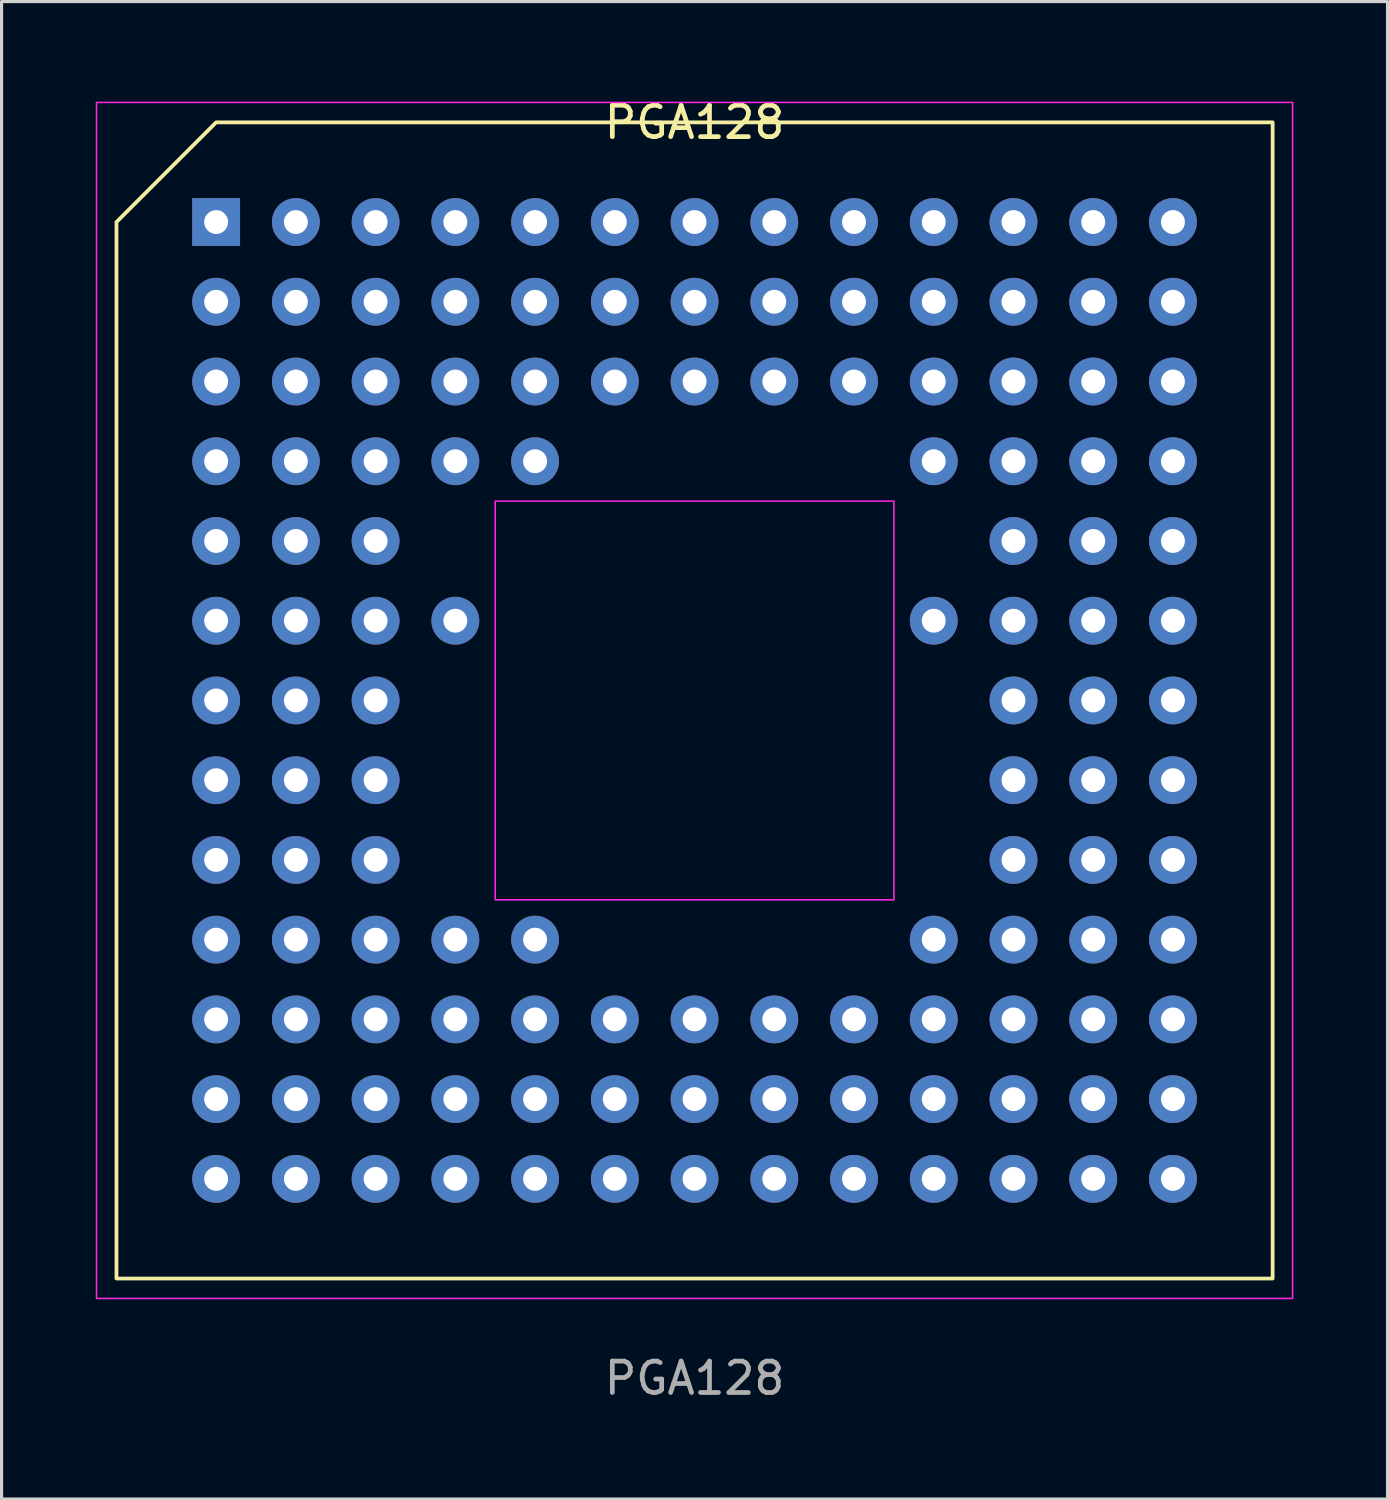
<source format=kicad_pcb>
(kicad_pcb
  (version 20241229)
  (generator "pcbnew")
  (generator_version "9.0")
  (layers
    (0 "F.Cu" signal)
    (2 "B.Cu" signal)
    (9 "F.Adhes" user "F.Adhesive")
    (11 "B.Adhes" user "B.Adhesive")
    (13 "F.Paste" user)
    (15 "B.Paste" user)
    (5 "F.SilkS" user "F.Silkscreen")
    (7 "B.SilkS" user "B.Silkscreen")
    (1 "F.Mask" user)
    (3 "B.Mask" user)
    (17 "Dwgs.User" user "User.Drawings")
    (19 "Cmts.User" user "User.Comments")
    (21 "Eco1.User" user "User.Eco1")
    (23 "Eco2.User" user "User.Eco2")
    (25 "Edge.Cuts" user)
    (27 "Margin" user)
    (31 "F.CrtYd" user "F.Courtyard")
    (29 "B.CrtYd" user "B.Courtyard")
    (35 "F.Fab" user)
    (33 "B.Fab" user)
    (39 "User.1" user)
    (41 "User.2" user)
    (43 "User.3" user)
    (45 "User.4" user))
  (footprint "PGA128"
    (layer "F.Cu")
    (at 19.075 19.263)
    (property "Reference" "PGA128" (at 0 -18.415 0) (unlocked yes) (layer "F.SilkS") (effects (font (size 1 1) (thickness 0.15))))
    (attr through_hole)
    (fp_poly (pts (xy 18.415 -18.415) (xy 18.415 18.415) (xy -18.415 18.415) (xy -18.415 -15.24) (xy -15.24 -18.415)) (stroke (width 0.12) (type solid)) (fill no) (layer "F.SilkS"))
    (fp_rect (start -19.05 -19.05) (end 19.05 19.05) (stroke (width 0.05) (type default)) (fill no) (layer "F.CrtYd"))
    (fp_rect (start 6.35 6.35) (end -6.35 -6.35) (stroke (width 0.05) (type default)) (fill no) (layer "F.CrtYd"))
    (fp_text user "${REFERENCE}" (at 0 21.59 0) (unlocked yes) (layer "F.Fab") (effects (font (size 1 1) (thickness 0.15))))
    (pad "A01" thru_hole rect (at -15.24 -15.24 180) (size 1.524 1.524) (drill 0.762) (layers "*.Cu" "*.Mask"))
    (pad "A02" thru_hole circle (at -12.7 -15.24 180) (size 1.524 1.524) (drill 0.762) (layers "*.Cu" "*.Mask"))
    (pad "A03" thru_hole circle (at -10.16 -15.24 180) (size 1.524 1.524) (drill 0.762) (layers "*.Cu" "*.Mask"))
    (pad "A04" thru_hole circle (at -7.62 -15.24 180) (size 1.524 1.524) (drill 0.762) (layers "*.Cu" "*.Mask"))
    (pad "A05" thru_hole circle (at -5.08 -15.24 180) (size 1.524 1.524) (drill 0.762) (layers "*.Cu" "*.Mask"))
    (pad "A06" thru_hole circle (at -2.54 -15.24 180) (size 1.524 1.524) (drill 0.762) (layers "*.Cu" "*.Mask"))
    (pad "A07" thru_hole circle (at 0 -15.24 180) (size 1.524 1.524) (drill 0.762) (layers "*.Cu" "*.Mask"))
    (pad "A08" thru_hole circle (at 2.54 -15.24 180) (size 1.524 1.524) (drill 0.762) (layers "*.Cu" "*.Mask"))
    (pad "A09" thru_hole circle (at 5.08 -15.24 180) (size 1.524 1.524) (drill 0.762) (layers "*.Cu" "*.Mask"))
    (pad "A10" thru_hole circle (at 7.62 -15.24 180) (size 1.524 1.524) (drill 0.762) (layers "*.Cu" "*.Mask"))
    (pad "A11" thru_hole circle (at 10.16 -15.24 180) (size 1.524 1.524) (drill 0.762) (layers "*.Cu" "*.Mask"))
    (pad "A12" thru_hole circle (at 12.7 -15.24 180) (size 1.524 1.524) (drill 0.762) (layers "*.Cu" "*.Mask"))
    (pad "A13" thru_hole circle (at 15.24 -15.24 180) (size 1.524 1.524) (drill 0.762) (layers "*.Cu" "*.Mask"))
    (pad "B01" thru_hole circle (at -15.24 -12.7 180) (size 1.524 1.524) (drill 0.762) (layers "*.Cu" "*.Mask"))
    (pad "B02" thru_hole circle (at -12.7 -12.7 180) (size 1.524 1.524) (drill 0.762) (layers "*.Cu" "*.Mask"))
    (pad "B03" thru_hole circle (at -10.16 -12.7 180) (size 1.524 1.524) (drill 0.762) (layers "*.Cu" "*.Mask"))
    (pad "B04" thru_hole circle (at -7.62 -12.7 180) (size 1.524 1.524) (drill 0.762) (layers "*.Cu" "*.Mask"))
    (pad "B05" thru_hole circle (at -5.08 -12.7 180) (size 1.524 1.524) (drill 0.762) (layers "*.Cu" "*.Mask"))
    (pad "B06" thru_hole circle (at -2.54 -12.7 180) (size 1.524 1.524) (drill 0.762) (layers "*.Cu" "*.Mask"))
    (pad "B07" thru_hole circle (at 0 -12.7 180) (size 1.524 1.524) (drill 0.762) (layers "*.Cu" "*.Mask"))
    (pad "B08" thru_hole circle (at 2.54 -12.7 180) (size 1.524 1.524) (drill 0.762) (layers "*.Cu" "*.Mask"))
    (pad "B09" thru_hole circle (at 5.08 -12.7 180) (size 1.524 1.524) (drill 0.762) (layers "*.Cu" "*.Mask"))
    (pad "B10" thru_hole circle (at 7.62 -12.7 180) (size 1.524 1.524) (drill 0.762) (layers "*.Cu" "*.Mask"))
    (pad "B11" thru_hole circle (at 10.16 -12.7 180) (size 1.524 1.524) (drill 0.762) (layers "*.Cu" "*.Mask"))
    (pad "B12" thru_hole circle (at 12.7 -12.7 180) (size 1.524 1.524) (drill 0.762) (layers "*.Cu" "*.Mask"))
    (pad "B13" thru_hole circle (at 15.24 -12.7 180) (size 1.524 1.524) (drill 0.762) (layers "*.Cu" "*.Mask"))
    (pad "C01" thru_hole circle (at -15.24 -10.16 180) (size 1.524 1.524) (drill 0.762) (layers "*.Cu" "*.Mask"))
    (pad "C02" thru_hole circle (at -12.7 -10.16 180) (size 1.524 1.524) (drill 0.762) (layers "*.Cu" "*.Mask"))
    (pad "C03" thru_hole circle (at -10.16 -10.16 180) (size 1.524 1.524) (drill 0.762) (layers "*.Cu" "*.Mask"))
    (pad "C04" thru_hole circle (at -7.62 -10.16 180) (size 1.524 1.524) (drill 0.762) (layers "*.Cu" "*.Mask"))
    (pad "C05" thru_hole circle (at -5.08 -10.16 180) (size 1.524 1.524) (drill 0.762) (layers "*.Cu" "*.Mask"))
    (pad "C06" thru_hole circle (at -2.54 -10.16 180) (size 1.524 1.524) (drill 0.762) (layers "*.Cu" "*.Mask"))
    (pad "C07" thru_hole circle (at 0 -10.16 180) (size 1.524 1.524) (drill 0.762) (layers "*.Cu" "*.Mask"))
    (pad "C08" thru_hole circle (at 2.54 -10.16 180) (size 1.524 1.524) (drill 0.762) (layers "*.Cu" "*.Mask"))
    (pad "C09" thru_hole circle (at 5.08 -10.16 180) (size 1.524 1.524) (drill 0.762) (layers "*.Cu" "*.Mask"))
    (pad "C10" thru_hole circle (at 7.62 -10.16 180) (size 1.524 1.524) (drill 0.762) (layers "*.Cu" "*.Mask"))
    (pad "C11" thru_hole circle (at 10.16 -10.16 180) (size 1.524 1.524) (drill 0.762) (layers "*.Cu" "*.Mask"))
    (pad "C12" thru_hole circle (at 12.7 -10.16 180) (size 1.524 1.524) (drill 0.762) (layers "*.Cu" "*.Mask"))
    (pad "C13" thru_hole circle (at 15.24 -10.16 180) (size 1.524 1.524) (drill 0.762) (layers "*.Cu" "*.Mask"))
    (pad "D01" thru_hole circle (at -15.24 -7.62 180) (size 1.524 1.524) (drill 0.762) (layers "*.Cu" "*.Mask"))
    (pad "D02" thru_hole circle (at -12.7 -7.62 180) (size 1.524 1.524) (drill 0.762) (layers "*.Cu" "*.Mask"))
    (pad "D03" thru_hole circle (at -10.16 -7.62) (size 1.524 1.524) (drill 0.762) (layers "*.Cu" "*.Mask"))
    (pad "D04" thru_hole circle (at -7.62 -7.62 180) (size 1.524 1.524) (drill 0.762) (layers "*.Cu" "*.Mask"))
    (pad "D05" thru_hole circle (at -5.08 -7.62 180) (size 1.524 1.524) (drill 0.762) (layers "*.Cu" "*.Mask"))
    (pad "D10" thru_hole circle (at 7.62 -7.62 180) (size 1.524 1.524) (drill 0.762) (layers "*.Cu" "*.Mask"))
    (pad "D11" thru_hole circle (at 10.16 -7.62 180) (size 1.524 1.524) (drill 0.762) (layers "*.Cu" "*.Mask"))
    (pad "D12" thru_hole circle (at 12.7 -7.62 180) (size 1.524 1.524) (drill 0.762) (layers "*.Cu" "*.Mask"))
    (pad "D13" thru_hole circle (at 15.24 -7.62 180) (size 1.524 1.524) (drill 0.762) (layers "*.Cu" "*.Mask"))
    (pad "E01" thru_hole circle (at -15.24 -5.08 180) (size 1.524 1.524) (drill 0.762) (layers "*.Cu" "*.Mask"))
    (pad "E02" thru_hole circle (at -12.7 -5.08 180) (size 1.524 1.524) (drill 0.762) (layers "*.Cu" "*.Mask"))
    (pad "E03" thru_hole circle (at -10.16 -5.08 180) (size 1.524 1.524) (drill 0.762) (layers "*.Cu" "*.Mask"))
    (pad "E11" thru_hole circle (at 10.16 -5.08 180) (size 1.524 1.524) (drill 0.762) (layers "*.Cu" "*.Mask"))
    (pad "E12" thru_hole circle (at 12.7 -5.08 180) (size 1.524 1.524) (drill 0.762) (layers "*.Cu" "*.Mask"))
    (pad "E13" thru_hole circle (at 15.24 -5.08 180) (size 1.524 1.524) (drill 0.762) (layers "*.Cu" "*.Mask"))
    (pad "F01" thru_hole circle (at -15.24 -2.54 180) (size 1.524 1.524) (drill 0.762) (layers "*.Cu" "*.Mask"))
    (pad "F02" thru_hole circle (at -12.7 -2.54 180) (size 1.524 1.524) (drill 0.762) (layers "*.Cu" "*.Mask"))
    (pad "F03" thru_hole circle (at -10.16 -2.54 180) (size 1.524 1.524) (drill 0.762) (layers "*.Cu" "*.Mask"))
    (pad "F04" thru_hole circle (at -7.62 -2.54 180) (size 1.524 1.524) (drill 0.762) (layers "*.Cu" "*.Mask"))
    (pad "F10" thru_hole circle (at 7.62 -2.54 180) (size 1.524 1.524) (drill 0.762) (layers "*.Cu" "*.Mask"))
    (pad "F11" thru_hole circle (at 10.16 -2.54 180) (size 1.524 1.524) (drill 0.762) (layers "*.Cu" "*.Mask"))
    (pad "F12" thru_hole circle (at 12.7 -2.54 180) (size 1.524 1.524) (drill 0.762) (layers "*.Cu" "*.Mask"))
    (pad "F13" thru_hole circle (at 15.24 -2.54 180) (size 1.524 1.524) (drill 0.762) (layers "*.Cu" "*.Mask"))
    (pad "G01" thru_hole circle (at -15.24 0 180) (size 1.524 1.524) (drill 0.762) (layers "*.Cu" "*.Mask"))
    (pad "G02" thru_hole circle (at -12.7 0 180) (size 1.524 1.524) (drill 0.762) (layers "*.Cu" "*.Mask"))
    (pad "G03" thru_hole circle (at -10.16 0 180) (size 1.524 1.524) (drill 0.762) (layers "*.Cu" "*.Mask"))
    (pad "G11" thru_hole circle (at 10.16 0 180) (size 1.524 1.524) (drill 0.762) (layers "*.Cu" "*.Mask"))
    (pad "G12" thru_hole circle (at 12.7 0 180) (size 1.524 1.524) (drill 0.762) (layers "*.Cu" "*.Mask"))
    (pad "G13" thru_hole circle (at 15.24 0 180) (size 1.524 1.524) (drill 0.762) (layers "*.Cu" "*.Mask"))
    (pad "H01" thru_hole circle (at -15.24 2.54 180) (size 1.524 1.524) (drill 0.762) (layers "*.Cu" "*.Mask"))
    (pad "H02" thru_hole circle (at -12.7 2.54 180) (size 1.524 1.524) (drill 0.762) (layers "*.Cu" "*.Mask"))
    (pad "H03" thru_hole circle (at -10.16 2.54 180) (size 1.524 1.524) (drill 0.762) (layers "*.Cu" "*.Mask"))
    (pad "H11" thru_hole circle (at 10.16 2.54 180) (size 1.524 1.524) (drill 0.762) (layers "*.Cu" "*.Mask"))
    (pad "H12" thru_hole circle (at 12.7 2.54 180) (size 1.524 1.524) (drill 0.762) (layers "*.Cu" "*.Mask"))
    (pad "H13" thru_hole circle (at 15.24 2.54 180) (size 1.524 1.524) (drill 0.762) (layers "*.Cu" "*.Mask"))
    (pad "J01" thru_hole circle (at -15.24 5.08 180) (size 1.524 1.524) (drill 0.762) (layers "*.Cu" "*.Mask"))
    (pad "J02" thru_hole circle (at -12.7 5.08 180) (size 1.524 1.524) (drill 0.762) (layers "*.Cu" "*.Mask"))
    (pad "J03" thru_hole circle (at -10.16 5.08 180) (size 1.524 1.524) (drill 0.762) (layers "*.Cu" "*.Mask"))
    (pad "J11" thru_hole circle (at 10.16 5.08 180) (size 1.524 1.524) (drill 0.762) (layers "*.Cu" "*.Mask"))
    (pad "J12" thru_hole circle (at 12.7 5.08 180) (size 1.524 1.524) (drill 0.762) (layers "*.Cu" "*.Mask"))
    (pad "J13" thru_hole circle (at 15.24 5.08 180) (size 1.524 1.524) (drill 0.762) (layers "*.Cu" "*.Mask"))
    (pad "K01" thru_hole circle (at -15.24 7.62 180) (size 1.524 1.524) (drill 0.762) (layers "*.Cu" "*.Mask"))
    (pad "K02" thru_hole circle (at -12.7 7.62 180) (size 1.524 1.524) (drill 0.762) (layers "*.Cu" "*.Mask"))
    (pad "K03" thru_hole circle (at -10.16 7.62 180) (size 1.524 1.524) (drill 0.762) (layers "*.Cu" "*.Mask"))
    (pad "K04" thru_hole circle (at -7.62 7.62 180) (size 1.524 1.524) (drill 0.762) (layers "*.Cu" "*.Mask"))
    (pad "K05" thru_hole circle (at -5.08 7.62 180) (size 1.524 1.524) (drill 0.762) (layers "*.Cu" "*.Mask"))
    (pad "K10" thru_hole circle (at 7.62 7.62 180) (size 1.524 1.524) (drill 0.762) (layers "*.Cu" "*.Mask"))
    (pad "K11" thru_hole circle (at 10.16 7.62 180) (size 1.524 1.524) (drill 0.762) (layers "*.Cu" "*.Mask"))
    (pad "K12" thru_hole circle (at 12.7 7.62 180) (size 1.524 1.524) (drill 0.762) (layers "*.Cu" "*.Mask"))
    (pad "K13" thru_hole circle (at 15.24 7.62 180) (size 1.524 1.524) (drill 0.762) (layers "*.Cu" "*.Mask"))
    (pad "L01" thru_hole circle (at -15.24 10.16 180) (size 1.524 1.524) (drill 0.762) (layers "*.Cu" "*.Mask"))
    (pad "L02" thru_hole circle (at -12.7 10.16 180) (size 1.524 1.524) (drill 0.762) (layers "*.Cu" "*.Mask"))
    (pad "L03" thru_hole circle (at -10.16 10.16 180) (size 1.524 1.524) (drill 0.762) (layers "*.Cu" "*.Mask"))
    (pad "L04" thru_hole circle (at -7.62 10.16 180) (size 1.524 1.524) (drill 0.762) (layers "*.Cu" "*.Mask"))
    (pad "L05" thru_hole circle (at -5.08 10.16 180) (size 1.524 1.524) (drill 0.762) (layers "*.Cu" "*.Mask"))
    (pad "L06" thru_hole circle (at -2.54 10.16 180) (size 1.524 1.524) (drill 0.762) (layers "*.Cu" "*.Mask"))
    (pad "L07" thru_hole circle (at 0 10.16 180) (size 1.524 1.524) (drill 0.762) (layers "*.Cu" "*.Mask"))
    (pad "L08" thru_hole circle (at 2.54 10.16 180) (size 1.524 1.524) (drill 0.762) (layers "*.Cu" "*.Mask"))
    (pad "L09" thru_hole circle (at 5.08 10.16 180) (size 1.524 1.524) (drill 0.762) (layers "*.Cu" "*.Mask"))
    (pad "L10" thru_hole circle (at 7.62 10.16 180) (size 1.524 1.524) (drill 0.762) (layers "*.Cu" "*.Mask"))
    (pad "L11" thru_hole circle (at 10.16 10.16 180) (size 1.524 1.524) (drill 0.762) (layers "*.Cu" "*.Mask"))
    (pad "L12" thru_hole circle (at 12.7 10.16 180) (size 1.524 1.524) (drill 0.762) (layers "*.Cu" "*.Mask"))
    (pad "L13" thru_hole circle (at 15.24 10.16 180) (size 1.524 1.524) (drill 0.762) (layers "*.Cu" "*.Mask"))
    (pad "M01" thru_hole circle (at -15.24 12.7 180) (size 1.524 1.524) (drill 0.762) (layers "*.Cu" "*.Mask"))
    (pad "M02" thru_hole circle (at -12.7 12.7 180) (size 1.524 1.524) (drill 0.762) (layers "*.Cu" "*.Mask"))
    (pad "M03" thru_hole circle (at -10.16 12.7 180) (size 1.524 1.524) (drill 0.762) (layers "*.Cu" "*.Mask"))
    (pad "M04" thru_hole circle (at -7.62 12.7 180) (size 1.524 1.524) (drill 0.762) (layers "*.Cu" "*.Mask"))
    (pad "M05" thru_hole circle (at -5.08 12.7 180) (size 1.524 1.524) (drill 0.762) (layers "*.Cu" "*.Mask"))
    (pad "M06" thru_hole circle (at -2.54 12.7 180) (size 1.524 1.524) (drill 0.762) (layers "*.Cu" "*.Mask"))
    (pad "M07" thru_hole circle (at 0 12.7 180) (size 1.524 1.524) (drill 0.762) (layers "*.Cu" "*.Mask"))
    (pad "M08" thru_hole circle (at 2.54 12.7 180) (size 1.524 1.524) (drill 0.762) (layers "*.Cu" "*.Mask"))
    (pad "M09" thru_hole circle (at 5.08 12.7 180) (size 1.524 1.524) (drill 0.762) (layers "*.Cu" "*.Mask"))
    (pad "M10" thru_hole circle (at 7.62 12.7 180) (size 1.524 1.524) (drill 0.762) (layers "*.Cu" "*.Mask"))
    (pad "M11" thru_hole circle (at 10.16 12.7 180) (size 1.524 1.524) (drill 0.762) (layers "*.Cu" "*.Mask"))
    (pad "M12" thru_hole circle (at 12.7 12.7 180) (size 1.524 1.524) (drill 0.762) (layers "*.Cu" "*.Mask"))
    (pad "M13" thru_hole circle (at 15.24 12.7 180) (size 1.524 1.524) (drill 0.762) (layers "*.Cu" "*.Mask"))
    (pad "N01" thru_hole circle (at -15.24 15.24 180) (size 1.524 1.524) (drill 0.762) (layers "*.Cu" "*.Mask"))
    (pad "N02" thru_hole circle (at -12.7 15.24 180) (size 1.524 1.524) (drill 0.762) (layers "*.Cu" "*.Mask"))
    (pad "N03" thru_hole circle (at -10.16 15.24 180) (size 1.524 1.524) (drill 0.762) (layers "*.Cu" "*.Mask"))
    (pad "N04" thru_hole circle (at -7.62 15.24 180) (size 1.524 1.524) (drill 0.762) (layers "*.Cu" "*.Mask"))
    (pad "N05" thru_hole circle (at -5.08 15.24 180) (size 1.524 1.524) (drill 0.762) (layers "*.Cu" "*.Mask"))
    (pad "N06" thru_hole circle (at -2.54 15.24 180) (size 1.524 1.524) (drill 0.762) (layers "*.Cu" "*.Mask"))
    (pad "N07" thru_hole circle (at 0 15.24 180) (size 1.524 1.524) (drill 0.762) (layers "*.Cu" "*.Mask"))
    (pad "N08" thru_hole circle (at 2.54 15.24 180) (size 1.524 1.524) (drill 0.762) (layers "*.Cu" "*.Mask"))
    (pad "N09" thru_hole circle (at 5.08 15.24 180) (size 1.524 1.524) (drill 0.762) (layers "*.Cu" "*.Mask"))
    (pad "N10" thru_hole circle (at 7.62 15.24 180) (size 1.524 1.524) (drill 0.762) (layers "*.Cu" "*.Mask"))
    (pad "N11" thru_hole circle (at 10.16 15.24 180) (size 1.524 1.524) (drill 0.762) (layers "*.Cu" "*.Mask"))
    (pad "N12" thru_hole circle (at 12.7 15.24 180) (size 1.524 1.524) (drill 0.762) (layers "*.Cu" "*.Mask"))
    (pad "N13" thru_hole circle (at 15.24 15.24 180) (size 1.524 1.524) (drill 0.762) (layers "*.Cu" "*.Mask")))
  (gr_rect
    (start -3 -3)
    (end 41.15 44.702)
    (stroke (width 0.1) (type default))
    (fill no)
    (layer "Edge.Cuts")))
</source>
